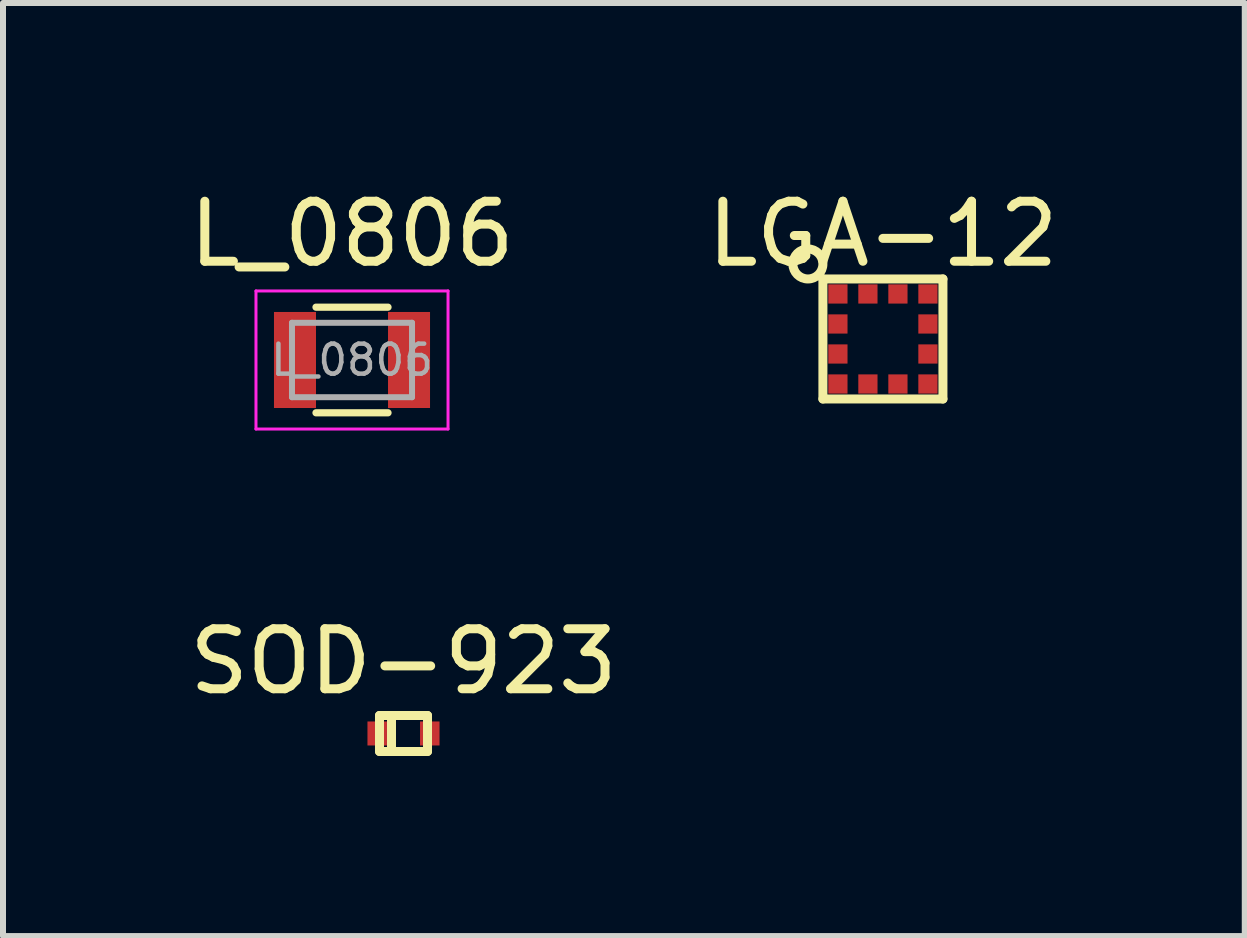
<source format=kicad_pcb>
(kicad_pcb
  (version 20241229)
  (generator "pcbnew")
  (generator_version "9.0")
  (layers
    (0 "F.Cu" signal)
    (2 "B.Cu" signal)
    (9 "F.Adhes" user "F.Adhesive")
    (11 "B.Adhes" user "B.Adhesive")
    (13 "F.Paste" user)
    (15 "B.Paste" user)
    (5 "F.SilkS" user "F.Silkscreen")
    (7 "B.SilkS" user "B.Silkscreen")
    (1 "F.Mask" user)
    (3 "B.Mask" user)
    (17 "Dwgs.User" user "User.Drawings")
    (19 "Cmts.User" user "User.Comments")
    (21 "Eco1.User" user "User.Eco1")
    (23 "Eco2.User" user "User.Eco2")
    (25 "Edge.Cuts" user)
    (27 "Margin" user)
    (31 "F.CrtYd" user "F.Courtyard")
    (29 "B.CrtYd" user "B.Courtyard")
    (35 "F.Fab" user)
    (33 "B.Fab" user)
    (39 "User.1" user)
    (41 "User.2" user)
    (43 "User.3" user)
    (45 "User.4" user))
  (footprint "L_0806"
    (layer "F.Cu")
    (at 2.815 2.948)
    (property "Reference" "L_0806" (at 0 -2.1 0) (layer "F.SilkS") (effects (font (size 1 1) (thickness 0.15))))
    (attr smd)
    (fp_line (start -0.6 -0.88) (end 0.6 -0.88) (stroke (width 0.12) (type solid)) (layer "F.SilkS"))
    (fp_line (start 0.6 0.88) (end -0.6 0.88) (stroke (width 0.12) (type solid)) (layer "F.SilkS"))
    (fp_line (start -1.6 -1.15) (end -1.6 1.15) (stroke (width 0.05) (type solid)) (layer "F.CrtYd"))
    (fp_line (start -1.6 -1.15) (end 1.6 -1.15) (stroke (width 0.05) (type solid)) (layer "F.CrtYd"))
    (fp_line (start -1.6 1.15) (end 1.6 1.15) (stroke (width 0.05) (type solid)) (layer "F.CrtYd"))
    (fp_line (start 1.6 -1.15) (end 1.6 1.15) (stroke (width 0.05) (type solid)) (layer "F.CrtYd"))
    (fp_line (start -1 -0.62) (end 1 -0.62) (stroke (width 0.1) (type solid)) (layer "F.Fab"))
    (fp_line (start -1 0.62) (end -1 -0.62) (stroke (width 0.1) (type solid)) (layer "F.Fab"))
    (fp_line (start 1 -0.62) (end 1 0.62) (stroke (width 0.1) (type solid)) (layer "F.Fab"))
    (fp_line (start 1 0.62) (end -1 0.62) (stroke (width 0.1) (type solid)) (layer "F.Fab"))
    (fp_text user "${REFERENCE}" (at 0 0 0) (layer "F.Fab") (effects (font (size 0.5 0.5) (thickness 0.075))))
    (pad "1" smd rect (at -0.95 0) (size 0.7 1.6) (layers "F.Cu" "F.Mask" "F.Paste"))
    (pad "2" smd rect (at 0.95 0) (size 0.7 1.6) (layers "F.Cu" "F.Mask" "F.Paste")))
  (footprint "LGA-12"
    (layer "F.Cu")
    (at 11.661 2.598)
    (property "Reference" "LGA-12" (at 0 -1.75 0) (layer "F.SilkS") (effects (font (size 1 1) (thickness 0.15))))
    (attr through_hole)
    (fp_line (start -1 -1) (end 1 -1) (stroke (width 0.15) (type solid)) (layer "F.SilkS"))
    (fp_line (start -1 1) (end -1 -1) (stroke (width 0.15) (type solid)) (layer "F.SilkS"))
    (fp_line (start 1 -1) (end 1 1) (stroke (width 0.15) (type solid)) (layer "F.SilkS"))
    (fp_line (start 1 1) (end -1 1) (stroke (width 0.15) (type solid)) (layer "F.SilkS"))
    (fp_circle (center -1.25 -1.25) (end -1 -1.25) (stroke (width 0.15) (type solid)) (fill no) (layer "F.SilkS"))
    (pad "1" smd rect (at -0.75 -0.75) (size 0.32 0.32) (layers "F.Cu" "F.Mask" "F.Paste"))
    (pad "2" smd rect (at -0.75 -0.25) (size 0.32 0.32) (layers "F.Cu" "F.Mask" "F.Paste"))
    (pad "3" smd rect (at -0.75 0.25) (size 0.32 0.32) (layers "F.Cu" "F.Mask" "F.Paste"))
    (pad "4" smd rect (at -0.75 0.75) (size 0.32 0.32) (layers "F.Cu" "F.Mask" "F.Paste"))
    (pad "5" smd rect (at -0.25 0.75) (size 0.32 0.32) (layers "F.Cu" "F.Mask" "F.Paste"))
    (pad "6" smd rect (at 0.25 0.75) (size 0.32 0.32) (layers "F.Cu" "F.Mask" "F.Paste"))
    (pad "7" smd rect (at 0.75 0.75) (size 0.32 0.32) (layers "F.Cu" "F.Mask" "F.Paste"))
    (pad "8" smd rect (at 0.75 0.25) (size 0.32 0.32) (layers "F.Cu" "F.Mask" "F.Paste"))
    (pad "9" smd rect (at 0.75 -0.25) (size 0.32 0.32) (layers "F.Cu" "F.Mask" "F.Paste"))
    (pad "10" smd rect (at 0.75 -0.75) (size 0.32 0.32) (layers "F.Cu" "F.Mask" "F.Paste"))
    (pad "11" smd rect (at 0.25 -0.75) (size 0.32 0.32) (layers "F.Cu" "F.Mask" "F.Paste"))
    (pad "12" smd rect (at -0.25 -0.75) (size 0.32 0.32) (layers "F.Cu" "F.Mask" "F.Paste")))
  (footprint "SOD-923"
    (layer "F.Cu")
    (at 3.673 9.171)
    (property "Reference" "SOD-923" (at 0 -1.2 0) (layer "F.SilkS") (effects (font (size 1 1) (thickness 0.15))))
    (attr through_hole)
    (fp_line (start -0.4 -0.3) (end 0.4 -0.3) (stroke (width 0.15) (type solid)) (layer "F.SilkS"))
    (fp_line (start -0.4 0.3) (end -0.4 -0.3) (stroke (width 0.15) (type solid)) (layer "F.SilkS"))
    (fp_line (start -0.2 -0.3) (end -0.2 0.3) (stroke (width 0.15) (type solid)) (layer "F.SilkS"))
    (fp_line (start 0.4 -0.3) (end 0.4 0.3) (stroke (width 0.15) (type solid)) (layer "F.SilkS"))
    (fp_line (start 0.4 0.3) (end -0.4 0.3) (stroke (width 0.15) (type solid)) (layer "F.SilkS"))
    (pad "1" smd rect (at -0.438 0) (size 0.325 0.4) (layers "F.Cu" "F.Mask" "F.Paste"))
    (pad "2" smd rect (at 0.438 0) (size 0.325 0.4) (layers "F.Cu" "F.Mask" "F.Paste")))
  (gr_rect
    (start -3 -3)
    (end 17.69 12.546)
    (stroke (width 0.1) (type default))
    (fill no)
    (layer "Edge.Cuts")))
</source>
